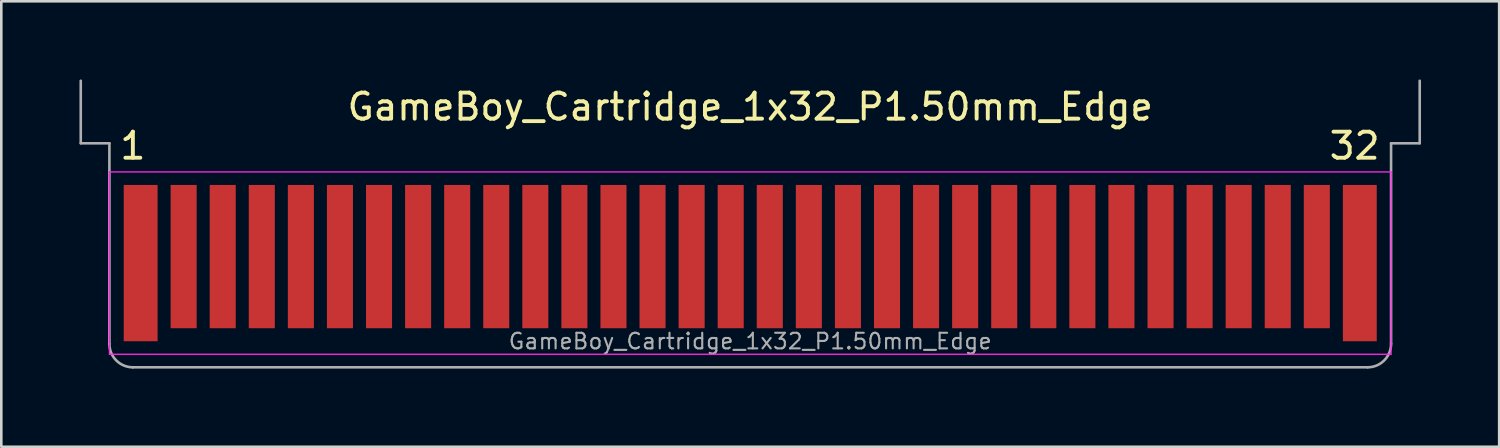
<source format=kicad_pcb>
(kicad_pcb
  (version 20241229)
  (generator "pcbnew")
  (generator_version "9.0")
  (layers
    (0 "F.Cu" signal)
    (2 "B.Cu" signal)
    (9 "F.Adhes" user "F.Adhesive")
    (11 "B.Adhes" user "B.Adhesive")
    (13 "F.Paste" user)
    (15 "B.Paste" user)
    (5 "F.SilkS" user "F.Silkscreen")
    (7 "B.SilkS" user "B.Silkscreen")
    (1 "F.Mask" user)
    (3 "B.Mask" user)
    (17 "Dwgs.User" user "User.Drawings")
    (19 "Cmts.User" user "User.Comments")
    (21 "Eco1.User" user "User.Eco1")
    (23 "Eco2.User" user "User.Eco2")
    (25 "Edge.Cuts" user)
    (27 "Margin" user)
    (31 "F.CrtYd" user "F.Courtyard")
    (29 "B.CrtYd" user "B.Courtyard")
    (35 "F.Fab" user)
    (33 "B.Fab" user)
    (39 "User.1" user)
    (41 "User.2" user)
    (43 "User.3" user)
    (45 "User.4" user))
  (footprint "GameBoy_Cartridge_1x32_P1.50mm_Edge"
    (layer "F.Cu")
    (at 25.75 7.05)
    (property "Reference" "GameBoy_Cartridge_1x32_P1.50mm_Edge" (at 0 -6 0) (layer "F.SilkS") (effects (font (size 1 1) (thickness 0.15))))
    (attr exclude_from_pos_files exclude_from_bom)
    (fp_line (start -24.6 -3.5) (end 24.6 -3.5) (stroke (width 0.05) (type solid)) (layer "F.CrtYd"))
    (fp_line (start -24.6 3.5) (end -24.6 -3.5) (stroke (width 0.05) (type solid)) (layer "F.CrtYd"))
    (fp_line (start 24.6 -3.5) (end 24.6 3.5) (stroke (width 0.05) (type solid)) (layer "F.CrtYd"))
    (fp_line (start 24.6 3.5) (end -24.6 3.5) (stroke (width 0.05) (type solid)) (layer "F.CrtYd"))
    (fp_line (start -25.7 -4.6) (end -25.7 -7) (stroke (width 0.1) (type solid)) (layer "F.Fab"))
    (fp_line (start -24.6 -4.6) (end -25.7 -4.6) (stroke (width 0.1) (type solid)) (layer "F.Fab"))
    (fp_line (start -24.6 3.1) (end -24.6 -4.6) (stroke (width 0.1) (type solid)) (layer "F.Fab"))
    (fp_line (start -23.7 4) (end 23.7 4) (stroke (width 0.1) (type solid)) (layer "F.Fab"))
    (fp_line (start 24.6 -4.6) (end 25.7 -4.6) (stroke (width 0.1) (type solid)) (layer "F.Fab"))
    (fp_line (start 24.6 3.1) (end 24.6 -4.6) (stroke (width 0.1) (type solid)) (layer "F.Fab"))
    (fp_line (start 25.7 -4.6) (end 25.7 -7) (stroke (width 0.1) (type solid)) (layer "F.Fab"))
    (fp_arc (start -23.7 4) (mid -24.336396 3.736396) (end -24.6 3.1) (stroke (width 0.1) (type solid)) (layer "F.Fab"))
    (fp_arc (start 24.6 3.1) (mid 24.336396 3.736396) (end 23.7 4) (stroke (width 0.1) (type solid)) (layer "F.Fab"))
    (fp_text user "1" (at -23.7 -4.5 0) (layer "F.SilkS") (effects (font (size 1 1) (thickness 0.15))))
    (fp_text user "32" (at 23.2 -4.5 0) (layer "F.SilkS") (effects (font (size 1 1) (thickness 0.15))))
    (fp_text user "${REFERENCE}" (at 0 3 0) (layer "F.Fab") (effects (font (size 0.6 0.6) (thickness 0.08))))
    (pad "1" connect rect (at -23.4 0 90) (size 6 1.3) (layers "F.Cu" "F.Mask"))
    (pad "2" connect rect (at -21.75 -0.25 90) (size 5.5 1) (layers "F.Cu" "F.Mask"))
    (pad "3" connect rect (at -20.25 -0.25 90) (size 5.5 1) (layers "F.Cu" "F.Mask"))
    (pad "4" connect rect (at -18.75 -0.25 90) (size 5.5 1) (layers "F.Cu" "F.Mask"))
    (pad "5" connect rect (at -17.25 -0.25 90) (size 5.5 1) (layers "F.Cu" "F.Mask"))
    (pad "6" connect rect (at -15.75 -0.25 90) (size 5.5 1) (layers "F.Cu" "F.Mask"))
    (pad "7" connect rect (at -14.25 -0.25 90) (size 5.5 1) (layers "F.Cu" "F.Mask"))
    (pad "8" connect rect (at -12.75 -0.25 90) (size 5.5 1) (layers "F.Cu" "F.Mask"))
    (pad "9" connect rect (at -11.25 -0.25 90) (size 5.5 1) (layers "F.Cu" "F.Mask"))
    (pad "10" connect rect (at -9.75 -0.25 90) (size 5.5 1) (layers "F.Cu" "F.Mask"))
    (pad "11" connect rect (at -8.25 -0.25 90) (size 5.5 1) (layers "F.Cu" "F.Mask"))
    (pad "12" connect rect (at -6.75 -0.25 90) (size 5.5 1) (layers "F.Cu" "F.Mask"))
    (pad "13" connect rect (at -5.25 -0.25 90) (size 5.5 1) (layers "F.Cu" "F.Mask"))
    (pad "14" connect rect (at -3.75 -0.25 90) (size 5.5 1) (layers "F.Cu" "F.Mask"))
    (pad "15" connect rect (at -2.25 -0.25 90) (size 5.5 1) (layers "F.Cu" "F.Mask"))
    (pad "16" connect rect (at -0.75 -0.25 90) (size 5.5 1) (layers "F.Cu" "F.Mask"))
    (pad "17" connect rect (at 0.75 -0.25 90) (size 5.5 1) (layers "F.Cu" "F.Mask"))
    (pad "18" connect rect (at 2.25 -0.25 90) (size 5.5 1) (layers "F.Cu" "F.Mask"))
    (pad "19" connect rect (at 3.75 -0.25 90) (size 5.5 1) (layers "F.Cu" "F.Mask"))
    (pad "20" connect rect (at 5.25 -0.25 90) (size 5.5 1) (layers "F.Cu" "F.Mask"))
    (pad "21" connect rect (at 6.75 -0.25 90) (size 5.5 1) (layers "F.Cu" "F.Mask"))
    (pad "22" connect rect (at 8.25 -0.25 90) (size 5.5 1) (layers "F.Cu" "F.Mask"))
    (pad "23" connect rect (at 9.75 -0.25 90) (size 5.5 1) (layers "F.Cu" "F.Mask"))
    (pad "24" connect rect (at 11.25 -0.25 90) (size 5.5 1) (layers "F.Cu" "F.Mask"))
    (pad "25" connect rect (at 12.75 -0.25 90) (size 5.5 1) (layers "F.Cu" "F.Mask"))
    (pad "26" connect rect (at 14.25 -0.25 90) (size 5.5 1) (layers "F.Cu" "F.Mask"))
    (pad "27" connect rect (at 15.75 -0.25 90) (size 5.5 1) (layers "F.Cu" "F.Mask"))
    (pad "28" connect rect (at 17.25 -0.25 90) (size 5.5 1) (layers "F.Cu" "F.Mask"))
    (pad "29" connect rect (at 18.75 -0.25 90) (size 5.5 1) (layers "F.Cu" "F.Mask"))
    (pad "30" connect rect (at 20.25 -0.25 90) (size 5.5 1) (layers "F.Cu" "F.Mask"))
    (pad "31" connect rect (at 21.75 -0.25 90) (size 5.5 1) (layers "F.Cu" "F.Mask"))
    (pad "32" connect rect (at 23.4 0 90) (size 6 1.3) (layers "F.Cu" "F.Mask")))
  (gr_rect
    (start -3 -3)
    (end 54.5 14.1)
    (stroke (width 0.1) (type default))
    (fill no)
    (layer "Edge.Cuts")))
</source>
